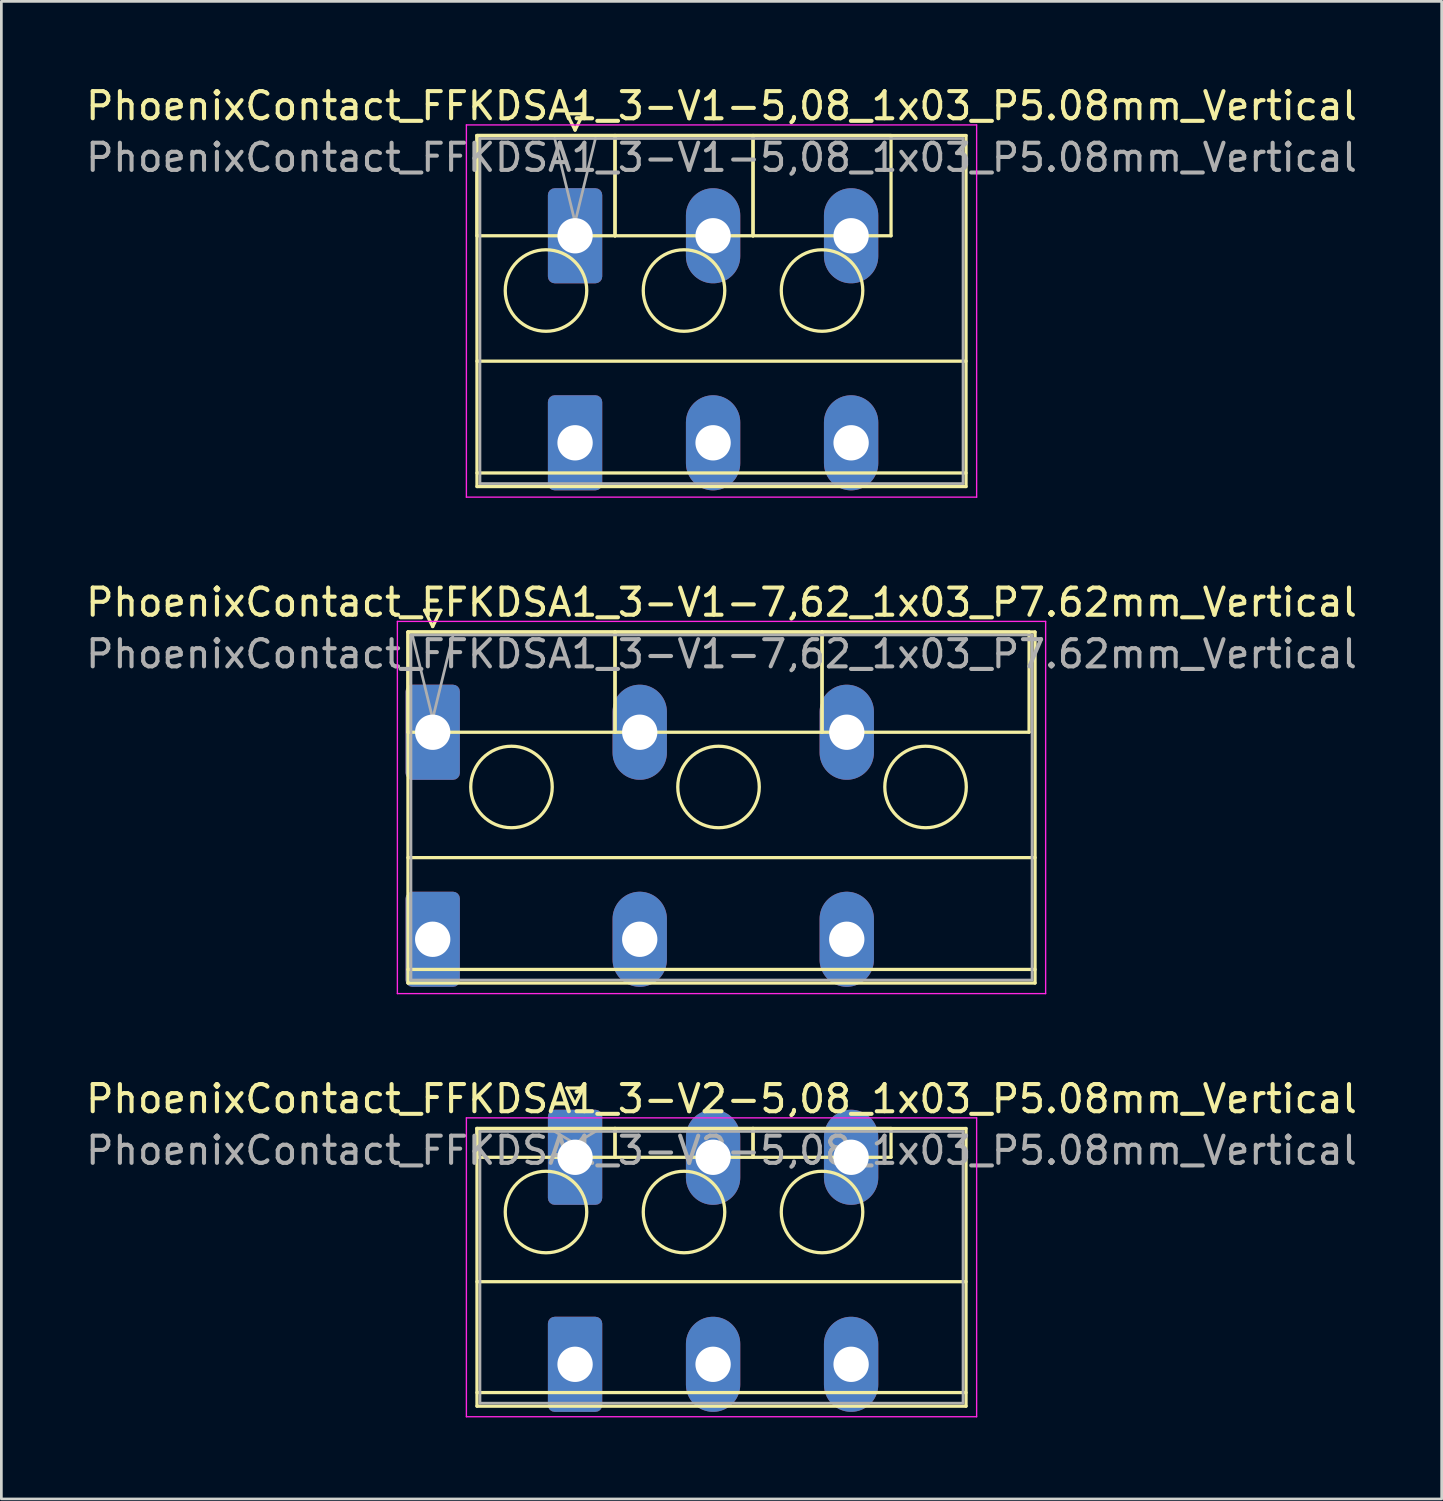
<source format=kicad_pcb>
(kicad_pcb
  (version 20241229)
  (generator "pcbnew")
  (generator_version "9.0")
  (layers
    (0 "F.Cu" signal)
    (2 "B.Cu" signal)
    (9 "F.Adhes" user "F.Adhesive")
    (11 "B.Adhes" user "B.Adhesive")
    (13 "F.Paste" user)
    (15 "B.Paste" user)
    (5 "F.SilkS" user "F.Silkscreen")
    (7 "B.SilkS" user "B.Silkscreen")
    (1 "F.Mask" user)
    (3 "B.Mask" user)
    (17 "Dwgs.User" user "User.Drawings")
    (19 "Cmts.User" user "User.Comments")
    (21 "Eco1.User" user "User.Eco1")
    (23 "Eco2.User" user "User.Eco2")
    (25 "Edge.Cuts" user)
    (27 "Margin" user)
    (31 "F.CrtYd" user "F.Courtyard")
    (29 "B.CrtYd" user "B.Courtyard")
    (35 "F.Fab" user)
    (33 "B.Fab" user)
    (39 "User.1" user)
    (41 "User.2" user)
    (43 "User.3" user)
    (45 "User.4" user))
  (footprint "PhoenixContact_FFKDSA1_3-V1-5,08_1x03_P5.08mm_Vertical"
    (layer "F.Cu")
    (at 18.116 5.628)
    (property "Reference" "PhoenixContact_FFKDSA1_3-V1-5,08_1x03_P5.08mm_Vertical" (at 5.39 -4.78 0) (layer "F.SilkS") (effects (font (size 1 1) (thickness 0.15))))
    (attr through_hole)
    (fp_line (start -3.61 -3.69) (end -3.61 0) (stroke (width 0.12) (type solid)) (layer "F.SilkS"))
    (fp_line (start -3.61 -3.69) (end -3.61 9.23) (stroke (width 0.12) (type solid)) (layer "F.SilkS"))
    (fp_line (start -3.61 0) (end 1.47 0) (stroke (width 0.12) (type solid)) (layer "F.SilkS"))
    (fp_line (start -3.61 4.615) (end 14.39 4.615) (stroke (width 0.12) (type solid)) (layer "F.SilkS"))
    (fp_line (start -3.61 8.73) (end 14.39 8.73) (stroke (width 0.12) (type solid)) (layer "F.SilkS"))
    (fp_line (start -3.61 9.23) (end 14.39 9.23) (stroke (width 0.12) (type solid)) (layer "F.SilkS"))
    (fp_line (start -0.3 -4.49) (end 0.3 -4.49) (stroke (width 0.12) (type solid)) (layer "F.SilkS"))
    (fp_line (start 0 -3.89) (end -0.3 -4.49) (stroke (width 0.12) (type solid)) (layer "F.SilkS"))
    (fp_line (start 0.3 -4.49) (end 0 -3.89) (stroke (width 0.12) (type solid)) (layer "F.SilkS"))
    (fp_line (start 1.47 -3.69) (end -3.61 -3.69) (stroke (width 0.12) (type solid)) (layer "F.SilkS"))
    (fp_line (start 1.47 -3.69) (end 1.47 0) (stroke (width 0.12) (type solid)) (layer "F.SilkS"))
    (fp_line (start 1.47 0) (end 1.47 -3.69) (stroke (width 0.12) (type solid)) (layer "F.SilkS"))
    (fp_line (start 1.47 0) (end 6.55 0) (stroke (width 0.12) (type solid)) (layer "F.SilkS"))
    (fp_line (start 6.55 -3.69) (end 1.47 -3.69) (stroke (width 0.12) (type solid)) (layer "F.SilkS"))
    (fp_line (start 6.55 -3.69) (end 6.55 0) (stroke (width 0.12) (type solid)) (layer "F.SilkS"))
    (fp_line (start 6.55 0) (end 6.55 -3.69) (stroke (width 0.12) (type solid)) (layer "F.SilkS"))
    (fp_line (start 6.55 0) (end 11.63 0) (stroke (width 0.12) (type solid)) (layer "F.SilkS"))
    (fp_line (start 11.63 -3.69) (end 6.55 -3.69) (stroke (width 0.12) (type solid)) (layer "F.SilkS"))
    (fp_line (start 11.63 0) (end 11.63 -3.69) (stroke (width 0.12) (type solid)) (layer "F.SilkS"))
    (fp_line (start 14.39 -3.69) (end -3.61 -3.69) (stroke (width 0.12) (type solid)) (layer "F.SilkS"))
    (fp_line (start 14.39 9.23) (end 14.39 -3.69) (stroke (width 0.12) (type solid)) (layer "F.SilkS"))
    (fp_circle (center -1.07 2.015) (end 0.43 2.015) (stroke (width 0.12) (type solid)) (fill no) (layer "F.SilkS"))
    (fp_circle (center 4.01 2.015) (end 5.51 2.015) (stroke (width 0.12) (type solid)) (fill no) (layer "F.SilkS"))
    (fp_circle (center 9.09 2.015) (end 10.59 2.015) (stroke (width 0.12) (type solid)) (fill no) (layer "F.SilkS"))
    (fp_line (start -4 -4.08) (end -4 9.62) (stroke (width 0.05) (type solid)) (layer "F.CrtYd"))
    (fp_line (start -4 9.62) (end 14.78 9.62) (stroke (width 0.05) (type solid)) (layer "F.CrtYd"))
    (fp_line (start 14.78 -4.08) (end -4 -4.08) (stroke (width 0.05) (type solid)) (layer "F.CrtYd"))
    (fp_line (start 14.78 9.62) (end 14.78 -4.08) (stroke (width 0.05) (type solid)) (layer "F.CrtYd"))
    (fp_line (start -3.5 -3.58) (end -3.5 9.12) (stroke (width 0.1) (type solid)) (layer "F.Fab"))
    (fp_line (start -3.5 9.12) (end 14.28 9.12) (stroke (width 0.1) (type solid)) (layer "F.Fab"))
    (fp_line (start 0 -0.5) (end -0.75 -3.58) (stroke (width 0.1) (type solid)) (layer "F.Fab"))
    (fp_line (start 0.75 -3.58) (end 0 -0.5) (stroke (width 0.1) (type solid)) (layer "F.Fab"))
    (fp_line (start 14.28 -3.58) (end -3.5 -3.58) (stroke (width 0.1) (type solid)) (layer "F.Fab"))
    (fp_line (start 14.28 9.12) (end 14.28 -3.58) (stroke (width 0.1) (type solid)) (layer "F.Fab"))
    (fp_text user "${REFERENCE}" (at 5.39 -2.88 0) (layer "F.Fab") (effects (font (size 1 1) (thickness 0.15))))
    (pad "1" thru_hole roundrect (at 0 0) (size 2 3.5) (drill 1.3) (layers "*.Cu" "*.Mask") (roundrect_rratio 0.125))
    (pad "1" thru_hole roundrect (at 0 7.62) (size 2 3.5) (drill 1.3) (layers "*.Cu" "*.Mask") (roundrect_rratio 0.125))
    (pad "2" thru_hole oval (at 5.08 0) (size 2 3.5) (drill 1.3) (layers "*.Cu" "*.Mask"))
    (pad "2" thru_hole oval (at 5.08 7.62) (size 2 3.5) (drill 1.3) (layers "*.Cu" "*.Mask"))
    (pad "3" thru_hole oval (at 10.16 0) (size 2 3.5) (drill 1.3) (layers "*.Cu" "*.Mask"))
    (pad "3" thru_hole oval (at 10.16 7.62) (size 2 3.5) (drill 1.3) (layers "*.Cu" "*.Mask")))
  (footprint "PhoenixContact_FFKDSA1_3-V2-5,08_1x03_P5.08mm_Vertical"
    (layer "F.Cu")
    (at 18.116 39.545)
    (property "Reference" "PhoenixContact_FFKDSA1_3-V2-5,08_1x03_P5.08mm_Vertical" (at 5.39 -2.15 0) (layer "F.SilkS") (effects (font (size 1 1) (thickness 0.15))))
    (attr through_hole)
    (fp_line (start -3.61 -1.06) (end -3.61 0) (stroke (width 0.12) (type solid)) (layer "F.SilkS"))
    (fp_line (start -3.61 -1.06) (end -3.61 9.16) (stroke (width 0.12) (type solid)) (layer "F.SilkS"))
    (fp_line (start -3.61 0) (end 1.47 0) (stroke (width 0.12) (type solid)) (layer "F.SilkS"))
    (fp_line (start -3.61 4.58) (end 14.39 4.58) (stroke (width 0.12) (type solid)) (layer "F.SilkS"))
    (fp_line (start -3.61 8.66) (end 14.39 8.66) (stroke (width 0.12) (type solid)) (layer "F.SilkS"))
    (fp_line (start -3.61 9.16) (end 14.39 9.16) (stroke (width 0.12) (type solid)) (layer "F.SilkS"))
    (fp_line (start -0.3 -2.55) (end 0.3 -2.55) (stroke (width 0.12) (type solid)) (layer "F.SilkS"))
    (fp_line (start 0 -1.95) (end -0.3 -2.55) (stroke (width 0.12) (type solid)) (layer "F.SilkS"))
    (fp_line (start 0.3 -2.55) (end 0 -1.95) (stroke (width 0.12) (type solid)) (layer "F.SilkS"))
    (fp_line (start 1.47 -1.06) (end -3.61 -1.06) (stroke (width 0.12) (type solid)) (layer "F.SilkS"))
    (fp_line (start 1.47 -1.06) (end 1.47 0) (stroke (width 0.12) (type solid)) (layer "F.SilkS"))
    (fp_line (start 1.47 0) (end 1.47 -1.06) (stroke (width 0.12) (type solid)) (layer "F.SilkS"))
    (fp_line (start 1.47 0) (end 6.55 0) (stroke (width 0.12) (type solid)) (layer "F.SilkS"))
    (fp_line (start 6.55 -1.06) (end 1.47 -1.06) (stroke (width 0.12) (type solid)) (layer "F.SilkS"))
    (fp_line (start 6.55 -1.06) (end 6.55 0) (stroke (width 0.12) (type solid)) (layer "F.SilkS"))
    (fp_line (start 6.55 0) (end 6.55 -1.06) (stroke (width 0.12) (type solid)) (layer "F.SilkS"))
    (fp_line (start 6.55 0) (end 11.63 0) (stroke (width 0.12) (type solid)) (layer "F.SilkS"))
    (fp_line (start 11.63 -1.06) (end 6.55 -1.06) (stroke (width 0.12) (type solid)) (layer "F.SilkS"))
    (fp_line (start 11.63 0) (end 11.63 -1.06) (stroke (width 0.12) (type solid)) (layer "F.SilkS"))
    (fp_line (start 14.39 -1.06) (end -3.61 -1.06) (stroke (width 0.12) (type solid)) (layer "F.SilkS"))
    (fp_line (start 14.39 9.16) (end 14.39 -1.06) (stroke (width 0.12) (type solid)) (layer "F.SilkS"))
    (fp_circle (center -1.07 2.015) (end 0.43 2.015) (stroke (width 0.12) (type solid)) (fill no) (layer "F.SilkS"))
    (fp_circle (center 4.01 2.015) (end 5.51 2.015) (stroke (width 0.12) (type solid)) (fill no) (layer "F.SilkS"))
    (fp_circle (center 9.09 2.015) (end 10.59 2.015) (stroke (width 0.12) (type solid)) (fill no) (layer "F.SilkS"))
    (fp_line (start -4 -1.45) (end -4 9.55) (stroke (width 0.05) (type solid)) (layer "F.CrtYd"))
    (fp_line (start -4 9.55) (end 14.78 9.55) (stroke (width 0.05) (type solid)) (layer "F.CrtYd"))
    (fp_line (start 14.78 -1.45) (end -4 -1.45) (stroke (width 0.05) (type solid)) (layer "F.CrtYd"))
    (fp_line (start 14.78 9.55) (end 14.78 -1.45) (stroke (width 0.05) (type solid)) (layer "F.CrtYd"))
    (fp_line (start -3.5 -0.95) (end -3.5 9.05) (stroke (width 0.1) (type solid)) (layer "F.Fab"))
    (fp_line (start -3.5 9.05) (end 14.28 9.05) (stroke (width 0.1) (type solid)) (layer "F.Fab"))
    (fp_line (start 0 -0.5) (end -0.75 -0.95) (stroke (width 0.1) (type solid)) (layer "F.Fab"))
    (fp_line (start 0.75 -0.95) (end 0 -0.5) (stroke (width 0.1) (type solid)) (layer "F.Fab"))
    (fp_line (start 14.28 -0.95) (end -3.5 -0.95) (stroke (width 0.1) (type solid)) (layer "F.Fab"))
    (fp_line (start 14.28 9.05) (end 14.28 -0.95) (stroke (width 0.1) (type solid)) (layer "F.Fab"))
    (fp_text user "${REFERENCE}" (at 5.39 -0.25 0) (layer "F.Fab") (effects (font (size 1 1) (thickness 0.15))))
    (pad "1" thru_hole roundrect (at 0 0) (size 2 3.5) (drill 1.3) (layers "*.Cu" "*.Mask") (roundrect_rratio 0.125))
    (pad "1" thru_hole roundrect (at 0 7.62) (size 2 3.5) (drill 1.3) (layers "*.Cu" "*.Mask") (roundrect_rratio 0.125))
    (pad "2" thru_hole oval (at 5.08 0) (size 2 3.5) (drill 1.3) (layers "*.Cu" "*.Mask"))
    (pad "2" thru_hole oval (at 5.08 7.62) (size 2 3.5) (drill 1.3) (layers "*.Cu" "*.Mask"))
    (pad "3" thru_hole oval (at 10.16 0) (size 2 3.5) (drill 1.3) (layers "*.Cu" "*.Mask"))
    (pad "3" thru_hole oval (at 10.16 7.62) (size 2 3.5) (drill 1.3) (layers "*.Cu" "*.Mask")))
  (footprint "PhoenixContact_FFKDSA1_3-V1-7,62_1x03_P7.62mm_Vertical"
    (layer "F.Cu")
    (at 12.876 23.901)
    (property "Reference" "PhoenixContact_FFKDSA1_3-V1-7,62_1x03_P7.62mm_Vertical" (at 10.63 -4.78 0) (layer "F.SilkS") (effects (font (size 1 1) (thickness 0.15))))
    (attr through_hole)
    (fp_line (start -0.91 -3.69) (end -0.91 0) (stroke (width 0.12) (type solid)) (layer "F.SilkS"))
    (fp_line (start -0.91 -3.69) (end -0.91 9.23) (stroke (width 0.12) (type solid)) (layer "F.SilkS"))
    (fp_line (start -0.91 0) (end 6.71 0) (stroke (width 0.12) (type solid)) (layer "F.SilkS"))
    (fp_line (start -0.91 4.615) (end 22.17 4.615) (stroke (width 0.12) (type solid)) (layer "F.SilkS"))
    (fp_line (start -0.91 8.73) (end 22.17 8.73) (stroke (width 0.12) (type solid)) (layer "F.SilkS"))
    (fp_line (start -0.91 9.23) (end 22.17 9.23) (stroke (width 0.12) (type solid)) (layer "F.SilkS"))
    (fp_line (start -0.3 -4.49) (end 0.3 -4.49) (stroke (width 0.12) (type solid)) (layer "F.SilkS"))
    (fp_line (start 0 -3.89) (end -0.3 -4.49) (stroke (width 0.12) (type solid)) (layer "F.SilkS"))
    (fp_line (start 0.3 -4.49) (end 0 -3.89) (stroke (width 0.12) (type solid)) (layer "F.SilkS"))
    (fp_line (start 6.71 -3.69) (end -0.91 -3.69) (stroke (width 0.12) (type solid)) (layer "F.SilkS"))
    (fp_line (start 6.71 -3.69) (end 6.71 0) (stroke (width 0.12) (type solid)) (layer "F.SilkS"))
    (fp_line (start 6.71 0) (end 6.71 -3.69) (stroke (width 0.12) (type solid)) (layer "F.SilkS"))
    (fp_line (start 6.71 0) (end 14.33 0) (stroke (width 0.12) (type solid)) (layer "F.SilkS"))
    (fp_line (start 14.33 -3.69) (end 6.71 -3.69) (stroke (width 0.12) (type solid)) (layer "F.SilkS"))
    (fp_line (start 14.33 -3.69) (end 14.33 0) (stroke (width 0.12) (type solid)) (layer "F.SilkS"))
    (fp_line (start 14.33 0) (end 14.33 -3.69) (stroke (width 0.12) (type solid)) (layer "F.SilkS"))
    (fp_line (start 14.33 0) (end 21.95 0) (stroke (width 0.12) (type solid)) (layer "F.SilkS"))
    (fp_line (start 21.95 -3.69) (end 14.33 -3.69) (stroke (width 0.12) (type solid)) (layer "F.SilkS"))
    (fp_line (start 21.95 0) (end 21.95 -3.69) (stroke (width 0.12) (type solid)) (layer "F.SilkS"))
    (fp_line (start 22.17 -3.69) (end -0.91 -3.69) (stroke (width 0.12) (type solid)) (layer "F.SilkS"))
    (fp_line (start 22.17 9.23) (end 22.17 -3.69) (stroke (width 0.12) (type solid)) (layer "F.SilkS"))
    (fp_circle (center 2.9 2.015) (end 4.4 2.015) (stroke (width 0.12) (type solid)) (fill no) (layer "F.SilkS"))
    (fp_circle (center 10.52 2.015) (end 12.02 2.015) (stroke (width 0.12) (type solid)) (fill no) (layer "F.SilkS"))
    (fp_circle (center 18.14 2.015) (end 19.64 2.015) (stroke (width 0.12) (type solid)) (fill no) (layer "F.SilkS"))
    (fp_line (start -1.3 -4.08) (end -1.3 9.62) (stroke (width 0.05) (type solid)) (layer "F.CrtYd"))
    (fp_line (start -1.3 9.62) (end 22.56 9.62) (stroke (width 0.05) (type solid)) (layer "F.CrtYd"))
    (fp_line (start 22.56 -4.08) (end -1.3 -4.08) (stroke (width 0.05) (type solid)) (layer "F.CrtYd"))
    (fp_line (start 22.56 9.62) (end 22.56 -4.08) (stroke (width 0.05) (type solid)) (layer "F.CrtYd"))
    (fp_line (start -0.8 -3.58) (end -0.8 9.12) (stroke (width 0.1) (type solid)) (layer "F.Fab"))
    (fp_line (start -0.8 9.12) (end 22.06 9.12) (stroke (width 0.1) (type solid)) (layer "F.Fab"))
    (fp_line (start 0 -0.5) (end -0.75 -3.58) (stroke (width 0.1) (type solid)) (layer "F.Fab"))
    (fp_line (start 0.75 -3.58) (end 0 -0.5) (stroke (width 0.1) (type solid)) (layer "F.Fab"))
    (fp_line (start 22.06 -3.58) (end -0.8 -3.58) (stroke (width 0.1) (type solid)) (layer "F.Fab"))
    (fp_line (start 22.06 9.12) (end 22.06 -3.58) (stroke (width 0.1) (type solid)) (layer "F.Fab"))
    (fp_text user "${REFERENCE}" (at 10.63 -2.88 0) (layer "F.Fab") (effects (font (size 1 1) (thickness 0.15))))
    (pad "1" thru_hole roundrect (at 0 0) (size 2 3.5) (drill 1.3) (layers "*.Cu" "*.Mask") (roundrect_rratio 0.125))
    (pad "1" thru_hole roundrect (at 0 7.62) (size 2 3.5) (drill 1.3) (layers "*.Cu" "*.Mask") (roundrect_rratio 0.125))
    (pad "2" thru_hole oval (at 7.62 0) (size 2 3.5) (drill 1.3) (layers "*.Cu" "*.Mask"))
    (pad "2" thru_hole oval (at 7.62 7.62) (size 2 3.5) (drill 1.3) (layers "*.Cu" "*.Mask"))
    (pad "3" thru_hole oval (at 15.24 0) (size 2 3.5) (drill 1.3) (layers "*.Cu" "*.Mask"))
    (pad "3" thru_hole oval (at 15.24 7.62) (size 2 3.5) (drill 1.3) (layers "*.Cu" "*.Mask")))
  (gr_rect
    (start -3 -3)
    (end 50.012 52.12)
    (stroke (width 0.1) (type default))
    (fill no)
    (layer "Edge.Cuts")))
</source>
